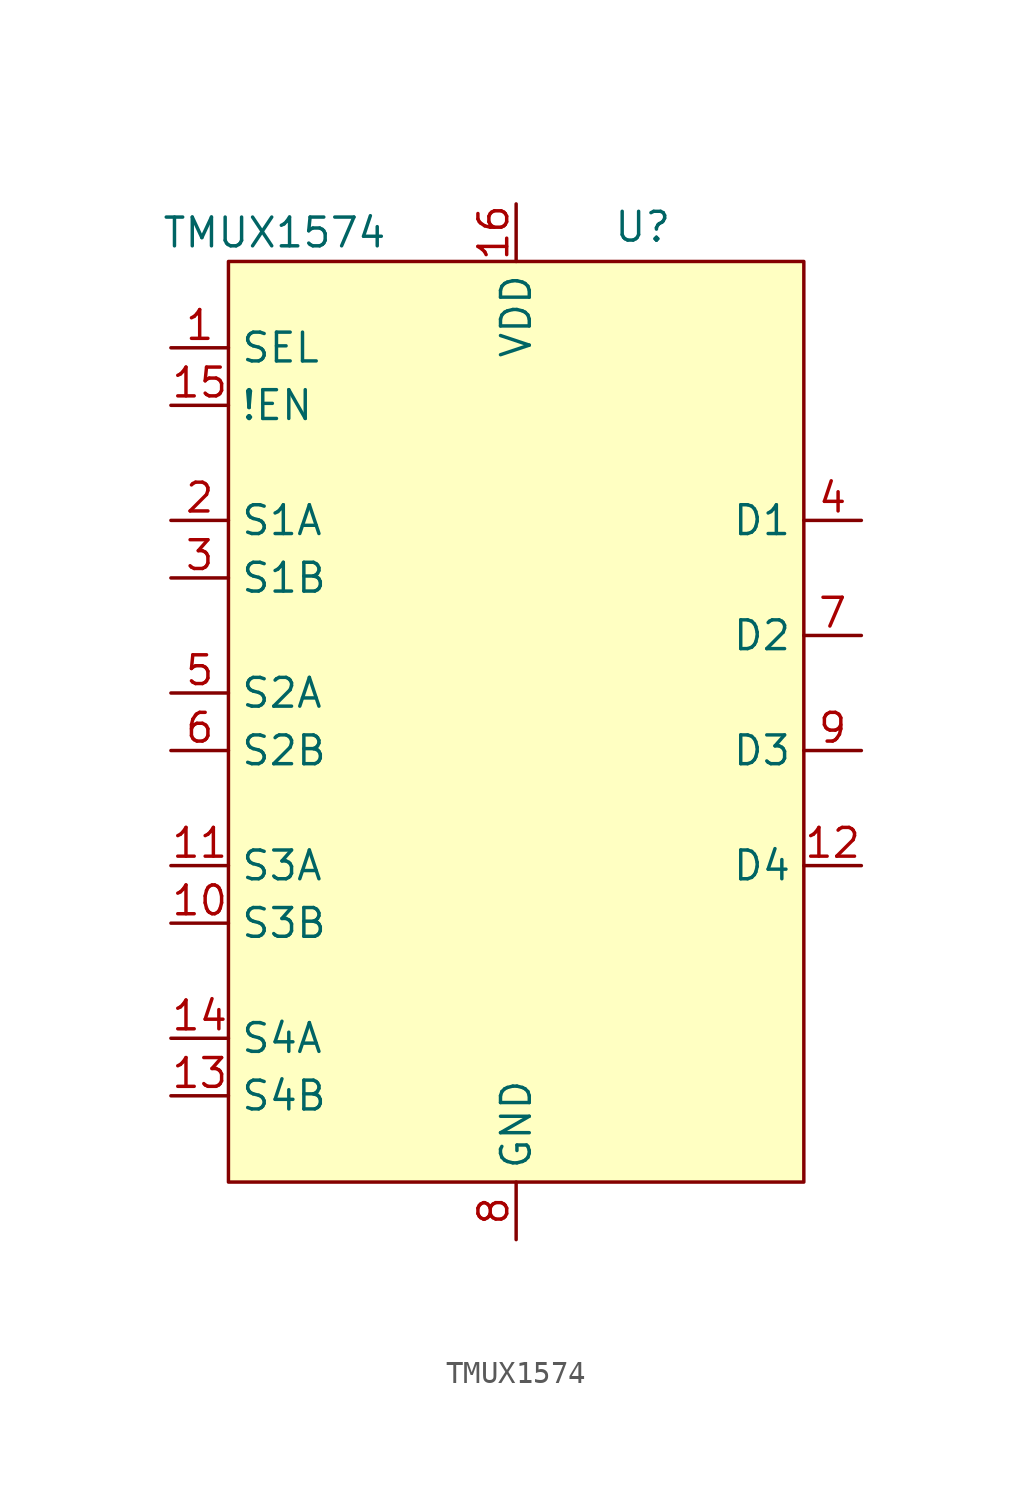
<source format=kicad_sym>
(kicad_symbol_lib
  (version 20231120)
  (generator "kicad_symbol_editor")
  (generator_version "8.0")
  (symbol "TMUX1574"
    (property "Reference" "U"
      (at 5.588 20.574 0)
      (effects (font (size 1.27 1.27))))
    (property "Value" "TMUX1574"
      (at -10.668 20.32 0)
      (effects (font (size 1.27 1.27))))
    (symbol "TMUX1574_0_0"
      (pin input line (at -15.24 15.24 0) (length 2.54) (name "SEL" (effects (font (size 1.27 1.27)))) (number "1" (effects (font (size 1.27 1.27)))))
      (pin bidirectional line (at -15.24 -10.16 0) (length 2.54) (name "S3B" (effects (font (size 1.27 1.27)))) (number "10" (effects (font (size 1.27 1.27)))))
      (pin bidirectional line (at -15.24 -7.62 0) (length 2.54) (name "S3A" (effects (font (size 1.27 1.27)))) (number "11" (effects (font (size 1.27 1.27)))))
      (pin bidirectional line (at 15.24 -7.62 180) (length 2.54) (name "D4" (effects (font (size 1.27 1.27)))) (number "12" (effects (font (size 1.27 1.27)))))
      (pin bidirectional line (at -15.24 -17.78 0) (length 2.54) (name "S4B" (effects (font (size 1.27 1.27)))) (number "13" (effects (font (size 1.27 1.27)))))
      (pin bidirectional line (at -15.24 -15.24 0) (length 2.54) (name "S4A" (effects (font (size 1.27 1.27)))) (number "14" (effects (font (size 1.27 1.27)))))
      (pin input line (at -15.24 12.7 0) (length 2.54) (name "!EN" (effects (font (size 1.27 1.27)))) (number "15" (effects (font (size 1.27 1.27)))))
      (pin power_in line (at 0 21.59 270) (length 2.54) (name "VDD" (effects (font (size 1.27 1.27)))) (number "16" (effects (font (size 1.27 1.27)))))
      (pin bidirectional line (at -15.24 7.62 0) (length 2.54) (name "S1A" (effects (font (size 1.27 1.27)))) (number "2" (effects (font (size 1.27 1.27)))))
      (pin bidirectional line (at -15.24 5.08 0) (length 2.54) (name "S1B" (effects (font (size 1.27 1.27)))) (number "3" (effects (font (size 1.27 1.27)))))
      (pin bidirectional line (at 15.24 7.62 180) (length 2.54) (name "D1" (effects (font (size 1.27 1.27)))) (number "4" (effects (font (size 1.27 1.27)))))
      (pin bidirectional line (at -15.24 0 0) (length 2.54) (name "S2A" (effects (font (size 1.27 1.27)))) (number "5" (effects (font (size 1.27 1.27)))))
      (pin bidirectional line (at -15.24 -2.54 0) (length 2.54) (name "S2B" (effects (font (size 1.27 1.27)))) (number "6" (effects (font (size 1.27 1.27)))))
      (pin bidirectional line (at 15.24 2.54 180) (length 2.54) (name "D2" (effects (font (size 1.27 1.27)))) (number "7" (effects (font (size 1.27 1.27)))))
      (pin power_in line (at 0 -24.13 90) (length 2.54) (name "GND" (effects (font (size 1.27 1.27)))) (number "8" (effects (font (size 1.27 1.27)))))
      (pin bidirectional line (at 15.24 -2.54 180) (length 2.54) (name "D3" (effects (font (size 1.27 1.27)))) (number "9" (effects (font (size 1.27 1.27))))))
    (symbol "TMUX1574_1_1"
      (rectangle (start -12.7 19.05) (end 12.7 -21.59) (stroke (width 0) (type default)) (fill (type background))))))
</source>
